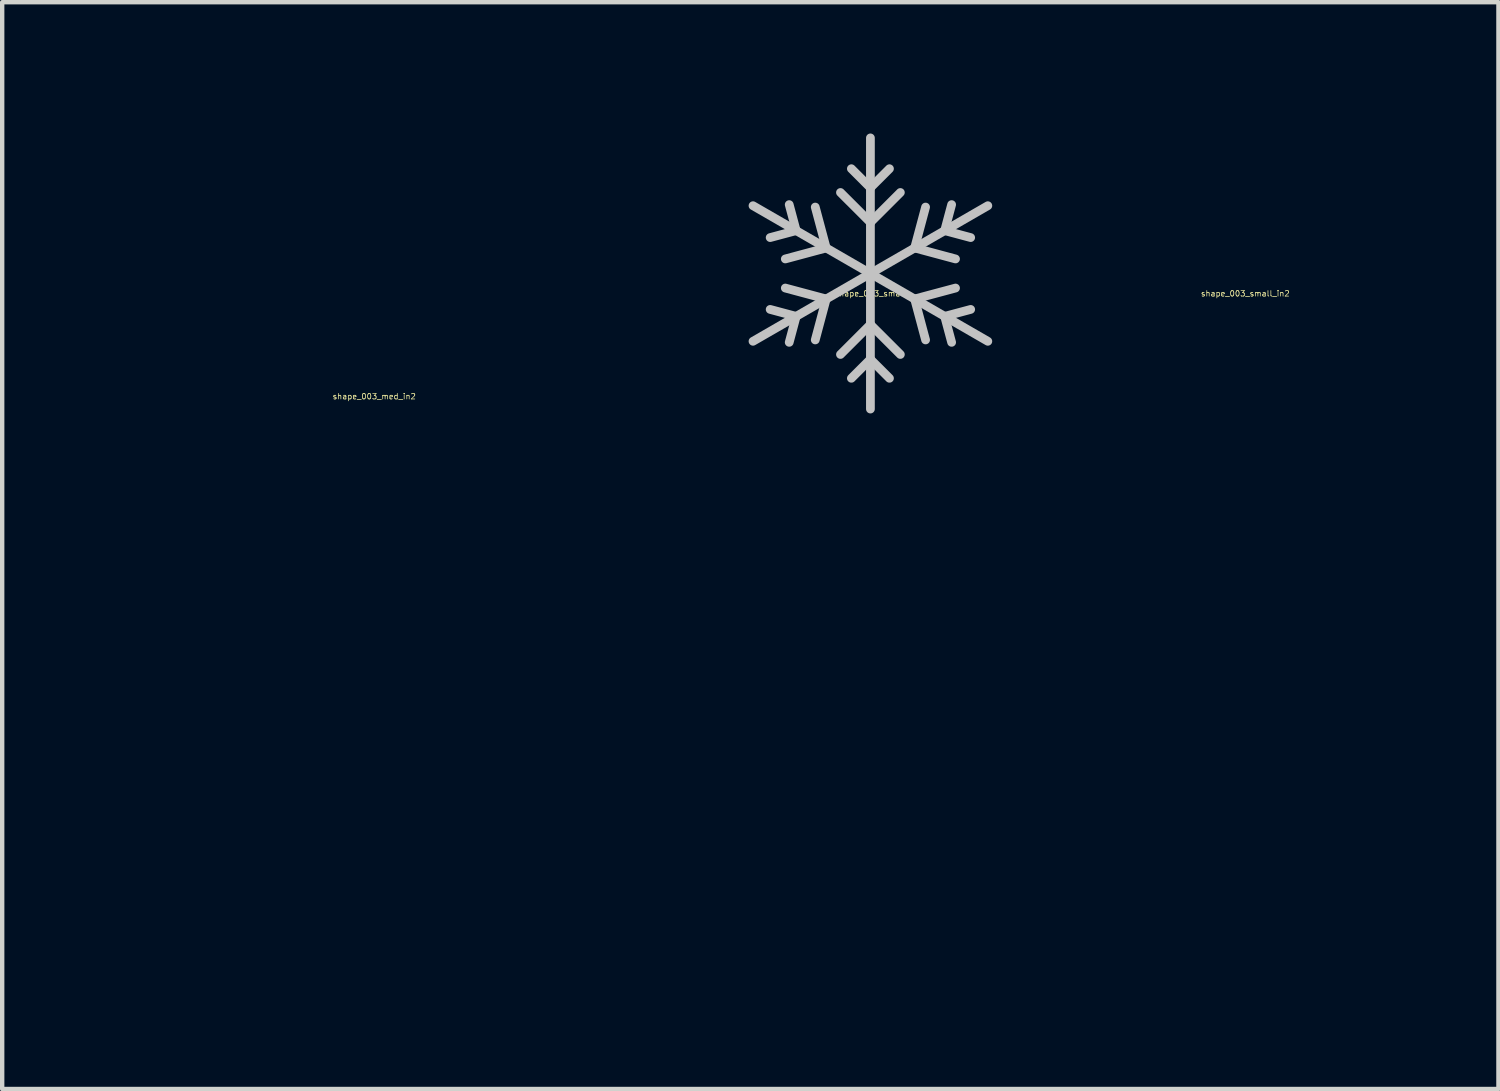
<source format=kicad_pcb>
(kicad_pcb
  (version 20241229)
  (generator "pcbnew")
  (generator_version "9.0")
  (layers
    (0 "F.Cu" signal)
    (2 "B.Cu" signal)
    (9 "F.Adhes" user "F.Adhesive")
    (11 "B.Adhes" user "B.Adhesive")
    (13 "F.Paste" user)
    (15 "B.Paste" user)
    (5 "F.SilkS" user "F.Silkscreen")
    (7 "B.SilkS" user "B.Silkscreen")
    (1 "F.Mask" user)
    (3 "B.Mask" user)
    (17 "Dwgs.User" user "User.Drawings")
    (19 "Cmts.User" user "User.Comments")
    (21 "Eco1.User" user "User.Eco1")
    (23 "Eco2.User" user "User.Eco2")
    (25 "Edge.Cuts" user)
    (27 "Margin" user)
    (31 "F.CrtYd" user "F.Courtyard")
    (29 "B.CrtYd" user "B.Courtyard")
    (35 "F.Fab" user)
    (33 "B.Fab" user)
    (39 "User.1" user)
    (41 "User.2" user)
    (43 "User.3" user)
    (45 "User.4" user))
  (footprint "shape_003_small_in2"
    (layer "F.Cu")
    (at 25.397 3.156)
    (property "Reference" "shape_003_small_in2" (at 0 0.5 0) (layer "F.SilkS") (effects (font (size 0.127 0.127) (thickness 0.000001))))
    (attr through_hole)
    (fp_line (start -2.682 1.59) (end 2.682 -1.507) (stroke (width 0.2) (type solid)) (layer "In2.Cu"))
    (fp_line (start -2.29 -0.779) (end -1.696 -0.938) (stroke (width 0.2) (type solid)) (layer "In2.Cu"))
    (fp_line (start -2.29 0.862) (end -1.696 1.021) (stroke (width 0.2) (type solid)) (layer "In2.Cu"))
    (fp_line (start -1.696 -0.938) (end -1.855 -1.532) (stroke (width 0.2) (type solid)) (layer "In2.Cu"))
    (fp_line (start -1.696 1.021) (end -1.855 1.614) (stroke (width 0.2) (type solid)) (layer "In2.Cu"))
    (fp_line (start -1.26 -1.476) (end -1.01 -0.542) (stroke (width 0.2) (type solid)) (layer "In2.Cu"))
    (fp_line (start -1.26 1.559) (end -1.01 0.624) (stroke (width 0.2) (type solid)) (layer "In2.Cu"))
    (fp_line (start -1.01 -0.542) (end -1.944 -0.291) (stroke (width 0.2) (type solid)) (layer "In2.Cu"))
    (fp_line (start -1.01 0.624) (end -1.944 0.374) (stroke (width 0.2) (type solid)) (layer "In2.Cu"))
    (fp_line (start -0.435 -2.352) (end 0 -1.917) (stroke (width 0.2) (type solid)) (layer "In2.Cu"))
    (fp_line (start -0.435 2.435) (end 0 2) (stroke (width 0.2) (type solid)) (layer "In2.Cu"))
    (fp_line (start 0 -1.917) (end 0.435 -2.352) (stroke (width 0.2) (type solid)) (layer "In2.Cu"))
    (fp_line (start 0 -1.125) (end -0.684 -1.809) (stroke (width 0.2) (type solid)) (layer "In2.Cu"))
    (fp_line (start 0 1.207) (end -0.684 1.891) (stroke (width 0.2) (type solid)) (layer "In2.Cu"))
    (fp_line (start 0 2) (end 0.435 2.435) (stroke (width 0.2) (type solid)) (layer "In2.Cu"))
    (fp_line (start 0 3.138) (end 0 -3.056) (stroke (width 0.2) (type solid)) (layer "In2.Cu"))
    (fp_line (start 0.684 -1.809) (end 0 -1.125) (stroke (width 0.2) (type solid)) (layer "In2.Cu"))
    (fp_line (start 0.684 1.891) (end 0 1.207) (stroke (width 0.2) (type solid)) (layer "In2.Cu"))
    (fp_line (start 1.01 0.624) (end 1.26 1.559) (stroke (width 0.2) (type solid)) (layer "In2.Cu"))
    (fp_line (start 1.01 -0.542) (end 1.26 -1.476) (stroke (width 0.2) (type solid)) (layer "In2.Cu"))
    (fp_line (start 1.696 1.021) (end 2.29 0.862) (stroke (width 0.2) (type solid)) (layer "In2.Cu"))
    (fp_line (start 1.696 -0.938) (end 2.29 -0.779) (stroke (width 0.2) (type solid)) (layer "In2.Cu"))
    (fp_line (start 1.855 1.614) (end 1.696 1.021) (stroke (width 0.2) (type solid)) (layer "In2.Cu"))
    (fp_line (start 1.855 -1.532) (end 1.696 -0.938) (stroke (width 0.2) (type solid)) (layer "In2.Cu"))
    (fp_line (start 1.944 0.374) (end 1.01 0.624) (stroke (width 0.2) (type solid)) (layer "In2.Cu"))
    (fp_line (start 1.944 -0.291) (end 1.01 -0.542) (stroke (width 0.2) (type solid)) (layer "In2.Cu"))
    (fp_line (start 2.682 1.59) (end -2.682 -1.507) (stroke (width 0.2) (type solid)) (layer "In2.Cu")))
  (footprint "shape_003_small"
    (layer "F.Cu")
    (at 16.833 3.156)
    (property "Reference" "shape_003_small" (at 0 0.5 0) (layer "F.SilkS") (effects (font (size 0.127 0.127) (thickness 0.000001))))
    (attr through_hole)
    (fp_line (start -2.682 1.59) (end 2.682 -1.507) (stroke (width 0.2) (type solid)) (layer "Dwgs.User"))
    (fp_line (start -2.29 -0.779) (end -1.696 -0.938) (stroke (width 0.2) (type solid)) (layer "Dwgs.User"))
    (fp_line (start -2.29 0.862) (end -1.696 1.021) (stroke (width 0.2) (type solid)) (layer "Dwgs.User"))
    (fp_line (start -1.696 -0.938) (end -1.855 -1.532) (stroke (width 0.2) (type solid)) (layer "Dwgs.User"))
    (fp_line (start -1.696 1.021) (end -1.855 1.614) (stroke (width 0.2) (type solid)) (layer "Dwgs.User"))
    (fp_line (start -1.26 -1.476) (end -1.01 -0.542) (stroke (width 0.2) (type solid)) (layer "Dwgs.User"))
    (fp_line (start -1.26 1.559) (end -1.01 0.624) (stroke (width 0.2) (type solid)) (layer "Dwgs.User"))
    (fp_line (start -1.01 -0.542) (end -1.944 -0.291) (stroke (width 0.2) (type solid)) (layer "Dwgs.User"))
    (fp_line (start -1.01 0.624) (end -1.944 0.374) (stroke (width 0.2) (type solid)) (layer "Dwgs.User"))
    (fp_line (start -0.435 -2.352) (end 0 -1.917) (stroke (width 0.2) (type solid)) (layer "Dwgs.User"))
    (fp_line (start -0.435 2.435) (end 0 2) (stroke (width 0.2) (type solid)) (layer "Dwgs.User"))
    (fp_line (start 0 -1.917) (end 0.435 -2.352) (stroke (width 0.2) (type solid)) (layer "Dwgs.User"))
    (fp_line (start 0 -1.125) (end -0.684 -1.809) (stroke (width 0.2) (type solid)) (layer "Dwgs.User"))
    (fp_line (start 0 1.207) (end -0.684 1.891) (stroke (width 0.2) (type solid)) (layer "Dwgs.User"))
    (fp_line (start 0 2) (end 0.435 2.435) (stroke (width 0.2) (type solid)) (layer "Dwgs.User"))
    (fp_line (start 0 3.138) (end 0 -3.056) (stroke (width 0.2) (type solid)) (layer "Dwgs.User"))
    (fp_line (start 0.684 -1.809) (end 0 -1.125) (stroke (width 0.2) (type solid)) (layer "Dwgs.User"))
    (fp_line (start 0.684 1.891) (end 0 1.207) (stroke (width 0.2) (type solid)) (layer "Dwgs.User"))
    (fp_line (start 1.01 0.624) (end 1.26 1.559) (stroke (width 0.2) (type solid)) (layer "Dwgs.User"))
    (fp_line (start 1.01 -0.542) (end 1.26 -1.476) (stroke (width 0.2) (type solid)) (layer "Dwgs.User"))
    (fp_line (start 1.696 1.021) (end 2.29 0.862) (stroke (width 0.2) (type solid)) (layer "Dwgs.User"))
    (fp_line (start 1.696 -0.938) (end 2.29 -0.779) (stroke (width 0.2) (type solid)) (layer "Dwgs.User"))
    (fp_line (start 1.855 1.614) (end 1.696 1.021) (stroke (width 0.2) (type solid)) (layer "Dwgs.User"))
    (fp_line (start 1.855 -1.532) (end 1.696 -0.938) (stroke (width 0.2) (type solid)) (layer "Dwgs.User"))
    (fp_line (start 1.944 0.374) (end 1.01 0.624) (stroke (width 0.2) (type solid)) (layer "Dwgs.User"))
    (fp_line (start 1.944 -0.291) (end 1.01 -0.542) (stroke (width 0.2) (type solid)) (layer "Dwgs.User"))
    (fp_line (start 2.682 1.59) (end -2.682 -1.507) (stroke (width 0.2) (type solid)) (layer "Dwgs.User")))
  (footprint "shape_003_med_in2"
    (layer "F.Cu")
    (at 5.499 5.506)
    (property "Reference" "shape_003_med_in2" (at 0 0.5 0) (layer "F.SilkS") (effects (font (size 0.127 0.127) (thickness 0.000001))))
    (attr through_hole)
    (fp_line (start -5.299 0.02) (end 5.352 0.02) (stroke (width 0.4) (type solid)) (layer "In2.Cu"))
    (fp_line (start -4.6 1.1) (end -4.153 0.02) (stroke (width 0.4) (type solid)) (layer "In2.Cu"))
    (fp_line (start -4.153 0.02) (end -4.6 -1.061) (stroke (width 0.4) (type solid)) (layer "In2.Cu"))
    (fp_line (start -4.009 -2.488) (end -2.929 -2.935) (stroke (width 0.4) (type solid)) (layer "In2.Cu"))
    (fp_line (start -4.009 2.527) (end -2.929 2.974) (stroke (width 0.4) (type solid)) (layer "In2.Cu"))
    (fp_line (start -3.74 -3.746) (end 3.792 3.785) (stroke (width 0.4) (type solid)) (layer "In2.Cu"))
    (fp_line (start -3.619 -1.491) (end -2.109 -2.116) (stroke (width 0.4) (type solid)) (layer "In2.Cu"))
    (fp_line (start -3.619 1.53) (end -2.994 0.02) (stroke (width 0.4) (type solid)) (layer "In2.Cu"))
    (fp_line (start -2.994 0.02) (end -3.619 -1.491) (stroke (width 0.4) (type solid)) (layer "In2.Cu"))
    (fp_line (start -2.929 -2.935) (end -2.481 -4.015) (stroke (width 0.4) (type solid)) (layer "In2.Cu"))
    (fp_line (start -2.929 2.974) (end -2.481 4.055) (stroke (width 0.4) (type solid)) (layer "In2.Cu"))
    (fp_line (start -2.109 2.155) (end -3.619 1.53) (stroke (width 0.4) (type solid)) (layer "In2.Cu"))
    (fp_line (start -2.109 -2.116) (end -1.483 -3.627) (stroke (width 0.4) (type solid)) (layer "In2.Cu"))
    (fp_line (start -1.483 -3.627) (end 0.027 -3.001) (stroke (width 0.4) (type solid)) (layer "In2.Cu"))
    (fp_line (start -1.483 3.665) (end -2.109 2.155) (stroke (width 0.4) (type solid)) (layer "In2.Cu"))
    (fp_line (start -1.054 -4.606) (end 0.026 -4.159) (stroke (width 0.4) (type solid)) (layer "In2.Cu"))
    (fp_line (start -1.054 4.646) (end 0.026 4.198) (stroke (width 0.4) (type solid)) (layer "In2.Cu"))
    (fp_line (start 0.026 -4.159) (end 1.106 -4.606) (stroke (width 0.4) (type solid)) (layer "In2.Cu"))
    (fp_line (start 0.026 4.198) (end 1.106 4.646) (stroke (width 0.4) (type solid)) (layer "In2.Cu"))
    (fp_line (start 0.026 -5.306) (end 0.026 5.345) (stroke (width 0.4) (type solid)) (layer "In2.Cu"))
    (fp_line (start 0.027 -3.001) (end 1.537 -3.627) (stroke (width 0.4) (type solid)) (layer "In2.Cu"))
    (fp_line (start 0.027 3.04) (end -1.483 3.665) (stroke (width 0.4) (type solid)) (layer "In2.Cu"))
    (fp_line (start 1.537 -3.627) (end 2.163 -2.116) (stroke (width 0.4) (type solid)) (layer "In2.Cu"))
    (fp_line (start 1.537 3.666) (end 0.027 3.04) (stroke (width 0.4) (type solid)) (layer "In2.Cu"))
    (fp_line (start 2.163 -2.116) (end 3.673 -1.491) (stroke (width 0.4) (type solid)) (layer "In2.Cu"))
    (fp_line (start 2.163 2.155) (end 1.537 3.666) (stroke (width 0.4) (type solid)) (layer "In2.Cu"))
    (fp_line (start 2.533 -4.015) (end 2.981 -2.935) (stroke (width 0.4) (type solid)) (layer "In2.Cu"))
    (fp_line (start 2.533 4.055) (end 2.981 2.974) (stroke (width 0.4) (type solid)) (layer "In2.Cu"))
    (fp_line (start 2.981 -2.935) (end 4.061 -2.488) (stroke (width 0.4) (type solid)) (layer "In2.Cu"))
    (fp_line (start 2.981 2.974) (end 4.061 2.527) (stroke (width 0.4) (type solid)) (layer "In2.Cu"))
    (fp_line (start 3.047 0.02) (end 3.673 1.53) (stroke (width 0.4) (type solid)) (layer "In2.Cu"))
    (fp_line (start 3.673 -1.491) (end 3.047 0.02) (stroke (width 0.4) (type solid)) (layer "In2.Cu"))
    (fp_line (start 3.673 1.53) (end 2.163 2.155) (stroke (width 0.4) (type solid)) (layer "In2.Cu"))
    (fp_line (start 3.792 -3.746) (end -3.74 3.785) (stroke (width 0.4) (type solid)) (layer "In2.Cu"))
    (fp_line (start 4.205 0.02) (end 4.652 -1.061) (stroke (width 0.4) (type solid)) (layer "In2.Cu"))
    (fp_line (start 4.652 1.1) (end 4.205 0.02) (stroke (width 0.4) (type solid)) (layer "In2.Cu")))
  (footprint "shape_010_small"
    (layer "F.Cu")
    (at 1.698 16.433)
    (property "Reference" "shape_010_small" (at 0 0.5 0) (layer "In1.Cu") (effects (font (size 0.127 0.127) (thickness 0.000001))))
    (attr through_hole)
    (fp_line (start -1.598 1.005) (end -1.541 1.061) (stroke (width 0.2) (type solid)) (layer "In1.Cu"))
    (fp_line (start -1.528 0.969) (end -1.598 1.005) (stroke (width 0.2) (type solid)) (layer "In1.Cu"))
    (fp_line (start -1.407 1.032) (end -0.881 0.525) (stroke (width 0.2) (type solid)) (layer "In1.Cu"))
    (fp_line (start -1.313 0.24) (end -1.259 0.296) (stroke (width 0.2) (type solid)) (layer "In1.Cu"))
    (fp_line (start -1.259 0.296) (end -1.009 0.503) (stroke (width 0.2) (type solid)) (layer "In1.Cu"))
    (fp_line (start -1.244 0.204) (end -1.313 0.24) (stroke (width 0.2) (type solid)) (layer "In1.Cu"))
    (fp_line (start -1.126 0.266) (end -0.622 -0.247) (stroke (width 0.2) (type solid)) (layer "In1.Cu"))
    (fp_line (start -1.106 -0.548) (end -1.051 -0.496) (stroke (width 0.2) (type solid)) (layer "In1.Cu"))
    (fp_line (start -1.051 -0.496) (end -0.752 -0.266) (stroke (width 0.2) (type solid)) (layer "In1.Cu"))
    (fp_line (start -1.036 -0.588) (end -1.106 -0.548) (stroke (width 0.2) (type solid)) (layer "In1.Cu"))
    (fp_line (start -1.009 0.503) (end -1.528 0.969) (stroke (width 0.2) (type solid)) (layer "In1.Cu"))
    (fp_line (start -0.917 -0.525) (end -0.44 -1.038) (stroke (width 0.2) (type solid)) (layer "In1.Cu"))
    (fp_line (start -0.894 0.44) (end -1.126 0.266) (stroke (width 0.2) (type solid)) (layer "In1.Cu"))
    (fp_line (start -0.881 0.525) (end -0.84 0.476) (stroke (width 0.2) (type solid)) (layer "In1.Cu"))
    (fp_line (start -0.84 0.476) (end -0.894 0.44) (stroke (width 0.2) (type solid)) (layer "In1.Cu"))
    (fp_line (start -0.826 -1.268) (end -0.773 -1.212) (stroke (width 0.2) (type solid)) (layer "In1.Cu"))
    (fp_line (start -0.773 -1.212) (end -0.569 -1.054) (stroke (width 0.2) (type solid)) (layer "In1.Cu"))
    (fp_line (start -0.756 -1.304) (end -0.826 -1.268) (stroke (width 0.2) (type solid)) (layer "In1.Cu"))
    (fp_line (start -0.752 -0.266) (end -1.244 0.204) (stroke (width 0.2) (type solid)) (layer "In1.Cu"))
    (fp_line (start -0.64 -0.332) (end -0.917 -0.525) (stroke (width 0.2) (type solid)) (layer "In1.Cu"))
    (fp_line (start -0.622 -0.247) (end -0.58 -0.299) (stroke (width 0.2) (type solid)) (layer "In1.Cu"))
    (fp_line (start -0.58 -0.299) (end -0.64 -0.332) (stroke (width 0.2) (type solid)) (layer "In1.Cu"))
    (fp_line (start -0.569 -1.054) (end -1.036 -0.588) (stroke (width 0.2) (type solid)) (layer "In1.Cu"))
    (fp_line (start -0.459 -1.123) (end -0.64 -1.245) (stroke (width 0.2) (type solid)) (layer "In1.Cu"))
    (fp_line (start -0.44 -1.038) (end -0.4 -1.09) (stroke (width 0.2) (type solid)) (layer "In1.Cu"))
    (fp_line (start -0.4 -1.09) (end -0.459 -1.123) (stroke (width 0.2) (type solid)) (layer "In1.Cu"))
    (fp_line (start -0.09 1.603) (end -0.09 2.292) (stroke (width 0.2) (type solid)) (layer "In1.Cu"))
    (fp_line (start -0.09 2.292) (end 0.07 2.292) (stroke (width 0.2) (type solid)) (layer "In1.Cu"))
    (fp_line (start -0.009 -2.282) (end -0.059 -2.2) (stroke (width 0.2) (type solid)) (layer "In1.Cu"))
    (fp_line (start 0.038 -2.2) (end -0.009 -2.282) (stroke (width 0.2) (type solid)) (layer "In1.Cu"))
    (fp_line (start 0.07 1.603) (end -0.09 1.603) (stroke (width 0.2) (type solid)) (layer "In1.Cu"))
    (fp_line (start 0.07 2.292) (end 0.07 1.603) (stroke (width 0.2) (type solid)) (layer "In1.Cu"))
    (fp_line (start 0.381 -1.09) (end 0.421 -1.038) (stroke (width 0.2) (type solid)) (layer "In1.Cu"))
    (fp_line (start 0.421 -1.038) (end 0.898 -0.525) (stroke (width 0.2) (type solid)) (layer "In1.Cu"))
    (fp_line (start 0.441 -1.123) (end 0.381 -1.09) (stroke (width 0.2) (type solid)) (layer "In1.Cu"))
    (fp_line (start 0.551 -1.054) (end 0.753 -1.212) (stroke (width 0.2) (type solid)) (layer "In1.Cu"))
    (fp_line (start 0.563 -0.302) (end 0.602 -0.247) (stroke (width 0.2) (type solid)) (layer "In1.Cu"))
    (fp_line (start 0.602 -0.247) (end 1.106 0.266) (stroke (width 0.2) (type solid)) (layer "In1.Cu"))
    (fp_line (start 0.62 -1.245) (end 0.441 -1.123) (stroke (width 0.2) (type solid)) (layer "In1.Cu"))
    (fp_line (start 0.62 -0.332) (end 0.563 -0.302) (stroke (width 0.2) (type solid)) (layer "In1.Cu"))
    (fp_line (start 0.733 -0.266) (end 1.031 -0.496) (stroke (width 0.2) (type solid)) (layer "In1.Cu"))
    (fp_line (start 0.753 -1.212) (end 0.807 -1.268) (stroke (width 0.2) (type solid)) (layer "In1.Cu"))
    (fp_line (start 0.807 -1.268) (end 0.738 -1.304) (stroke (width 0.2) (type solid)) (layer "In1.Cu"))
    (fp_line (start 0.82 0.476) (end 0.863 0.525) (stroke (width 0.2) (type solid)) (layer "In1.Cu"))
    (fp_line (start 0.863 0.525) (end 1.388 1.032) (stroke (width 0.2) (type solid)) (layer "In1.Cu"))
    (fp_line (start 0.876 0.44) (end 0.82 0.476) (stroke (width 0.2) (type solid)) (layer "In1.Cu"))
    (fp_line (start 0.898 -0.525) (end 0.62 -0.332) (stroke (width 0.2) (type solid)) (layer "In1.Cu"))
    (fp_line (start 0.991 0.503) (end 1.241 0.296) (stroke (width 0.2) (type solid)) (layer "In1.Cu"))
    (fp_line (start 1.017 -0.585) (end 0.551 -1.054) (stroke (width 0.2) (type solid)) (layer "In1.Cu"))
    (fp_line (start 1.031 -0.496) (end 1.086 -0.548) (stroke (width 0.2) (type solid)) (layer "In1.Cu"))
    (fp_line (start 1.086 -0.548) (end 1.017 -0.585) (stroke (width 0.2) (type solid)) (layer "In1.Cu"))
    (fp_line (start 1.106 0.266) (end 0.876 0.44) (stroke (width 0.2) (type solid)) (layer "In1.Cu"))
    (fp_line (start 1.224 0.204) (end 0.733 -0.266) (stroke (width 0.2) (type solid)) (layer "In1.Cu"))
    (fp_line (start 1.241 0.296) (end 1.293 0.24) (stroke (width 0.2) (type solid)) (layer "In1.Cu"))
    (fp_line (start 1.293 0.24) (end 1.224 0.204) (stroke (width 0.2) (type solid)) (layer "In1.Cu"))
    (fp_line (start 1.509 0.969) (end 0.991 0.503) (stroke (width 0.2) (type solid)) (layer "In1.Cu"))
    (fp_line (start 1.524 1.061) (end 1.577 1.005) (stroke (width 0.2) (type solid)) (layer "In1.Cu"))
    (fp_line (start 1.577 1.005) (end 1.509 0.969) (stroke (width 0.2) (type solid)) (layer "In1.Cu"))
    (fp_arc (start -0.058558 -2.200447) (mid -0.35982 -1.715017) (end -0.756158 -1.303535) (stroke (width 0.2) (type solid)) (layer "In1.Cu"))
    (fp_arc (start -0.009278 -2.059039) (mid -0.289682 -1.625062) (end -0.639678 -1.244975) (stroke (width 0.2) (type solid)) (layer "In1.Cu"))
    (fp_arc (start -0.009278 1.583185) (mid -0.761035 1.441503) (end -1.406878 1.031505) (stroke (width 0.2) (type solid)) (layer "In1.Cu"))
    (fp_arc (start -0.009278 1.694865) (mid -0.83889 1.531875) (end -1.541278 1.061265) (stroke (width 0.2) (type solid)) (layer "In1.Cu"))
    (fp_arc (start 0.619682 -1.244975) (mid 0.271332 -1.625838) (end -0.009278 -2.059039) (stroke (width 0.2) (type solid)) (layer "In1.Cu"))
    (fp_arc (start 0.738402 -1.303535) (mid 0.341306 -1.715235) (end 0.038402 -2.200447) (stroke (width 0.2) (type solid)) (layer "In1.Cu"))
    (fp_arc (start 1.388322 1.031505) (mid 0.742438 1.441401) (end -0.009278 1.583185) (stroke (width 0.2) (type solid)) (layer "In1.Cu"))
    (fp_arc (start 1.523522 1.061265) (mid 0.820583 1.53159) (end -0.009278 1.694865) (stroke (width 0.2) (type solid)) (layer "In1.Cu")))
  (gr_rect
    (start -3 -3)
    (end 31.179 21.826)
    (stroke (width 0.1) (type default))
    (fill no)
    (layer "Edge.Cuts")))
</source>
